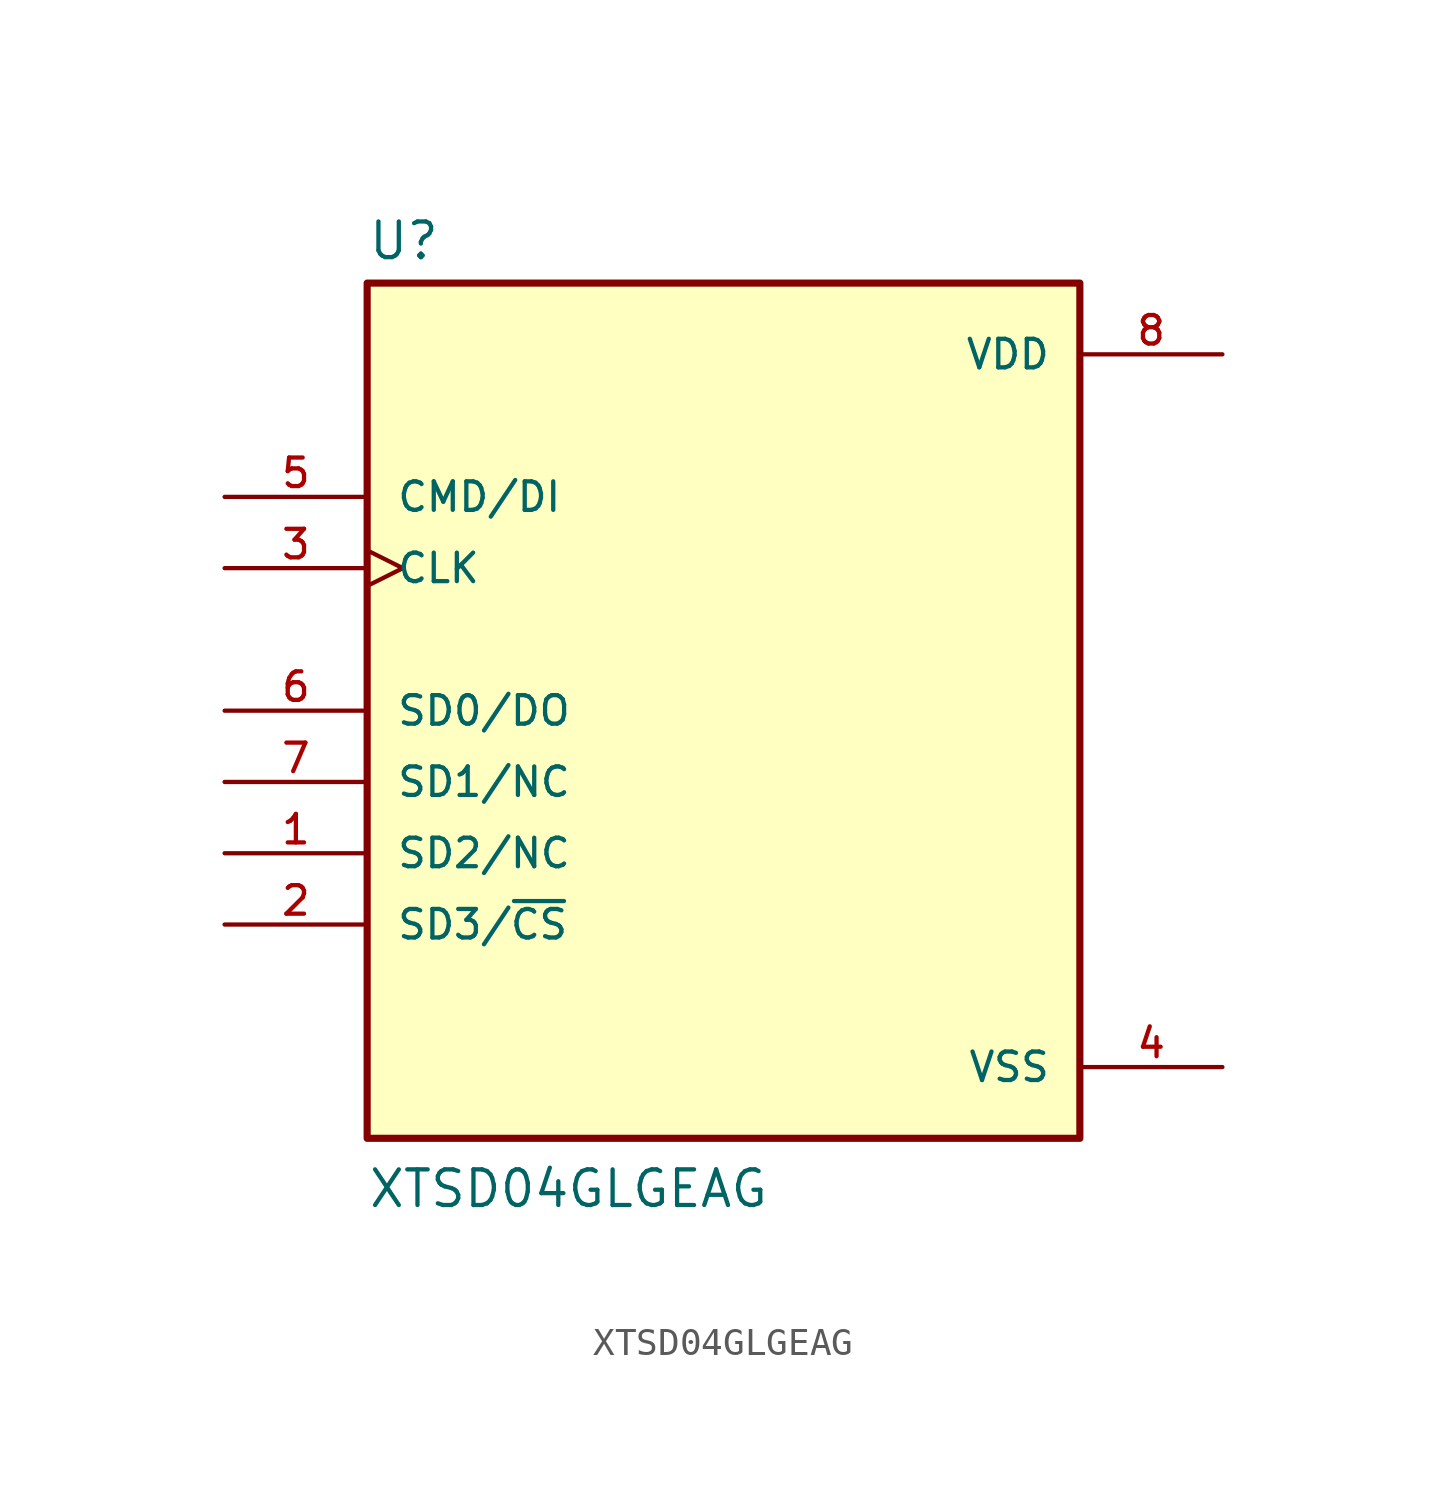
<source format=kicad_sym>
(kicad_symbol_lib
  (version 20211014)
  (generator kicad_symbol_editor)
  (symbol "XTSD04GLGEAG"
    (pin_names
      (offset 1.016))
    (property "Reference" "U"
      (at -12.7 16.002 0)
      (effects (font (size 1.27 1.27)) (justify bottom left)))
    (property "Value" "XTSD04GLGEAG"
      (at -12.7 -17.78 0)
      (effects (font (size 1.27 1.27)) (justify bottom left)))
    (symbol "XTSD04GLGEAG_0_0"
      (rectangle (start -12.7 -15.24) (end 12.7 15.24) (stroke (width 0.254)) (fill (type background)))
      (pin bidirectional line (at -17.78 -5.08 0) (length 5.08) (name "SD2/NC" (effects (font (size 1.016 1.016)))) (number "1" (effects (font (size 1.016 1.016)))))
      (pin bidirectional line (at -17.78 -7.62 0) (length 5.08) (name "SD3/~{CS}" (effects (font (size 1.016 1.016)))) (number "2" (effects (font (size 1.016 1.016)))))
      (pin input clock (at -17.78 5.08 0) (length 5.08) (name "CLK" (effects (font (size 1.016 1.016)))) (number "3" (effects (font (size 1.016 1.016)))))
      (pin power_in line (at 17.78 -12.7 180.0) (length 5.08) (name "VSS" (effects (font (size 1.016 1.016)))) (number "4" (effects (font (size 1.016 1.016)))))
      (pin power_in line (at 17.78 12.7 180.0) (length 5.08) (name "VDD" (effects (font (size 1.016 1.016)))) (number "8" (effects (font (size 1.016 1.016)))))
      (pin input line (at -17.78 7.62 0) (length 5.08) (name "CMD/DI" (effects (font (size 1.016 1.016)))) (number "5" (effects (font (size 1.016 1.016)))))
      (pin bidirectional line (at -17.78 0.0 0) (length 5.08) (name "SD0/DO" (effects (font (size 1.016 1.016)))) (number "6" (effects (font (size 1.016 1.016)))))
      (pin bidirectional line (at -17.78 -2.54 0) (length 5.08) (name "SD1/NC" (effects (font (size 1.016 1.016)))) (number "7" (effects (font (size 1.016 1.016))))))))
</source>
